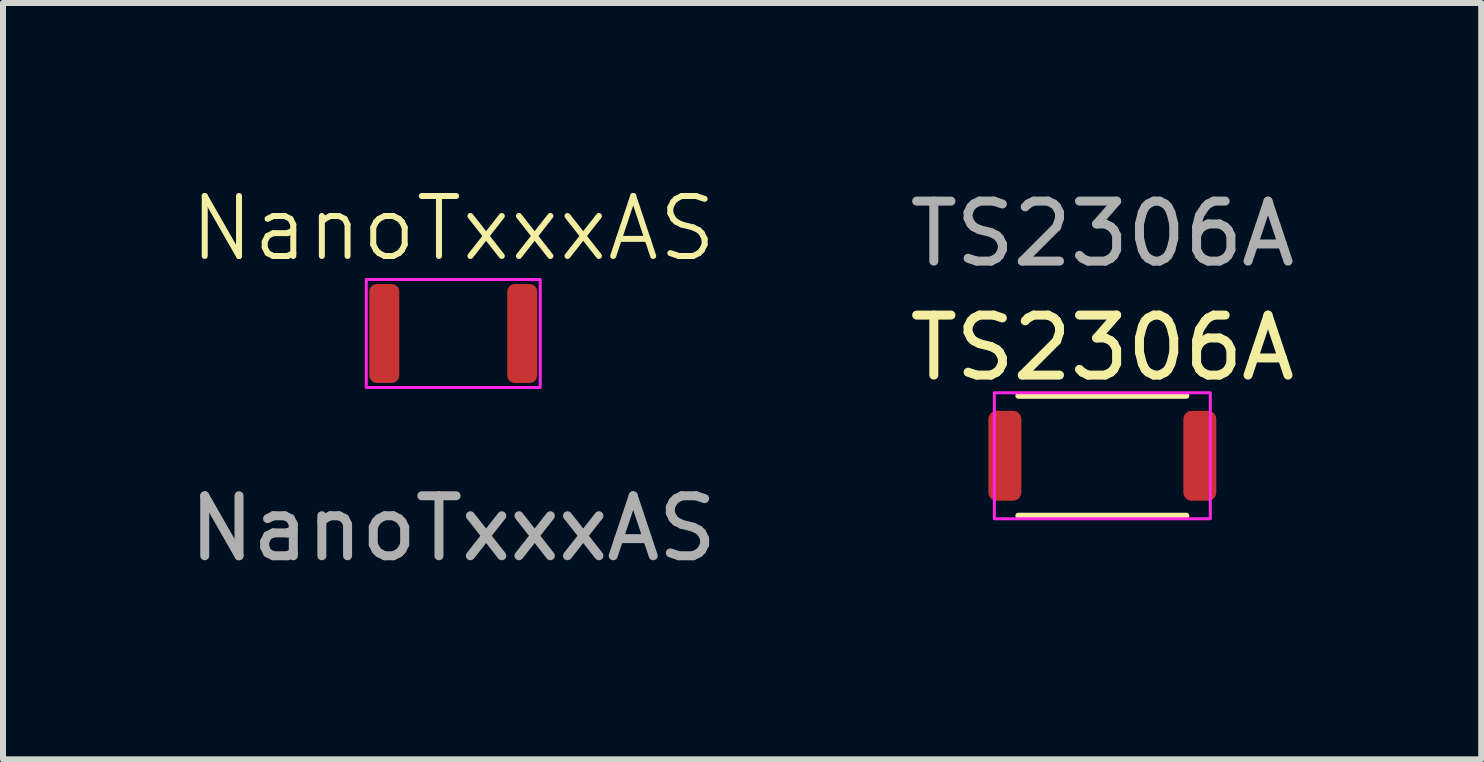
<source format=kicad_pcb>
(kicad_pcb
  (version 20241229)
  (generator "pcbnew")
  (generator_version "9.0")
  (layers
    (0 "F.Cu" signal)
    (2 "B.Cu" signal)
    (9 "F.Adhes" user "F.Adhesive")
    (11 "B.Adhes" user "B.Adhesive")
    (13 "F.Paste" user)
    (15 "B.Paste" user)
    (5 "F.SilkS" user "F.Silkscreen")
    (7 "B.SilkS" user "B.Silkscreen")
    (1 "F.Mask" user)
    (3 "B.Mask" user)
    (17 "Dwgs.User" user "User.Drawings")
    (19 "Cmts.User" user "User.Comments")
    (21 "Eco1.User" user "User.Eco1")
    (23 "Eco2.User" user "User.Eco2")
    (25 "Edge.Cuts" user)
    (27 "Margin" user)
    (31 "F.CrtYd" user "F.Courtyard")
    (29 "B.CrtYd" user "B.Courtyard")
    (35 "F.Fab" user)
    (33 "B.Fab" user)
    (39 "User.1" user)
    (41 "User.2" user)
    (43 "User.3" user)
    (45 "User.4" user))
  (footprint "NanoTxxxAS"
    (layer "F.Cu")
    (at 4.506 2.51)
    (property "Reference" "NanoTxxxAS" (at 0 -1.75 0) (unlocked yes) (layer "F.SilkS") (effects (font (size 1 1) (thickness 0.1))))
    (attr smd)
    (fp_line (start -1.1 -0.9) (end 1.1 -0.9) (stroke (width 0.05) (type default)) (layer "F.SilkS"))
    (fp_line (start -1.1 0.9) (end 1.1 0.9) (stroke (width 0.05) (type default)) (layer "F.SilkS"))
    (fp_rect (start -1.45 -0.9) (end 1.45 0.9) (stroke (width 0.05) (type default)) (fill no) (layer "F.CrtYd"))
    (fp_text user "${REFERENCE}" (at 0 3.25 0) (unlocked yes) (layer "F.Fab") (effects (font (size 1 1) (thickness 0.15))))
    (pad "1" smd roundrect (at -1.15 0) (size 0.5 1.65) (layers "F.Cu" "F.Mask" "F.Paste") (roundrect_rratio 0.25))
    (pad "2" smd roundrect (at 1.15 0) (size 0.5 1.65) (layers "F.Cu" "F.Mask" "F.Paste") (roundrect_rratio 0.25)))
  (footprint "TS2306A"
    (layer "F.Cu")
    (at 15.327 4.548)
    (property "Reference" "TS2306A" (at 0 -1.8 0) (unlocked yes) (layer "F.SilkS") (effects (font (size 1 1) (thickness 0.15))))
    (attr smd)
    (fp_line (start -1.4 -1) (end 1.4 -1) (stroke (width 0.1) (type default)) (layer "F.SilkS"))
    (fp_line (start -1.4 1) (end 1.4 1) (stroke (width 0.1) (type default)) (layer "F.SilkS"))
    (fp_rect (start -1.8 -1.05) (end 1.8 1.05) (stroke (width 0.05) (type default)) (fill no) (layer "F.CrtYd"))
    (fp_text user "${REFERENCE}" (at 0 -3.7 0) (unlocked yes) (layer "F.Fab") (effects (font (size 1 1) (thickness 0.15))))
    (pad "1" smd roundrect (at -1.625 0) (size 0.55 1.5) (layers "F.Cu" "F.Mask" "F.Paste") (roundrect_rratio 0.25))
    (pad "2" smd roundrect (at 1.625 0) (size 0.55 1.5) (layers "F.Cu" "F.Mask" "F.Paste") (roundrect_rratio 0.25))
    (zone (net_name "") (layer "F.Cu") (name "KeepOut") (hatch full 0.5) (connect_pads) (min_thickness 0.25) (filled_areas_thickness no) (keepout (tracks not_allowed) (vias not_allowed) (pads not_allowed) (copperpour not_allowed) (footprints not_allowed)) (placement (enabled no)) (fill) (polygon (pts (xy 14.227 3.598) (xy 14.277 3.548) (xy 15.327 3.548) (xy 16.377 3.548) (xy 16.427 3.598) (xy 16.427 5.498) (xy 16.377 5.548) (xy 14.277 5.548) (xy 14.227 5.498)))))
  (gr_rect
    (start -3 -3)
    (end 21.643 9.609)
    (stroke (width 0.1) (type default))
    (fill no)
    (layer "Edge.Cuts")))
</source>
